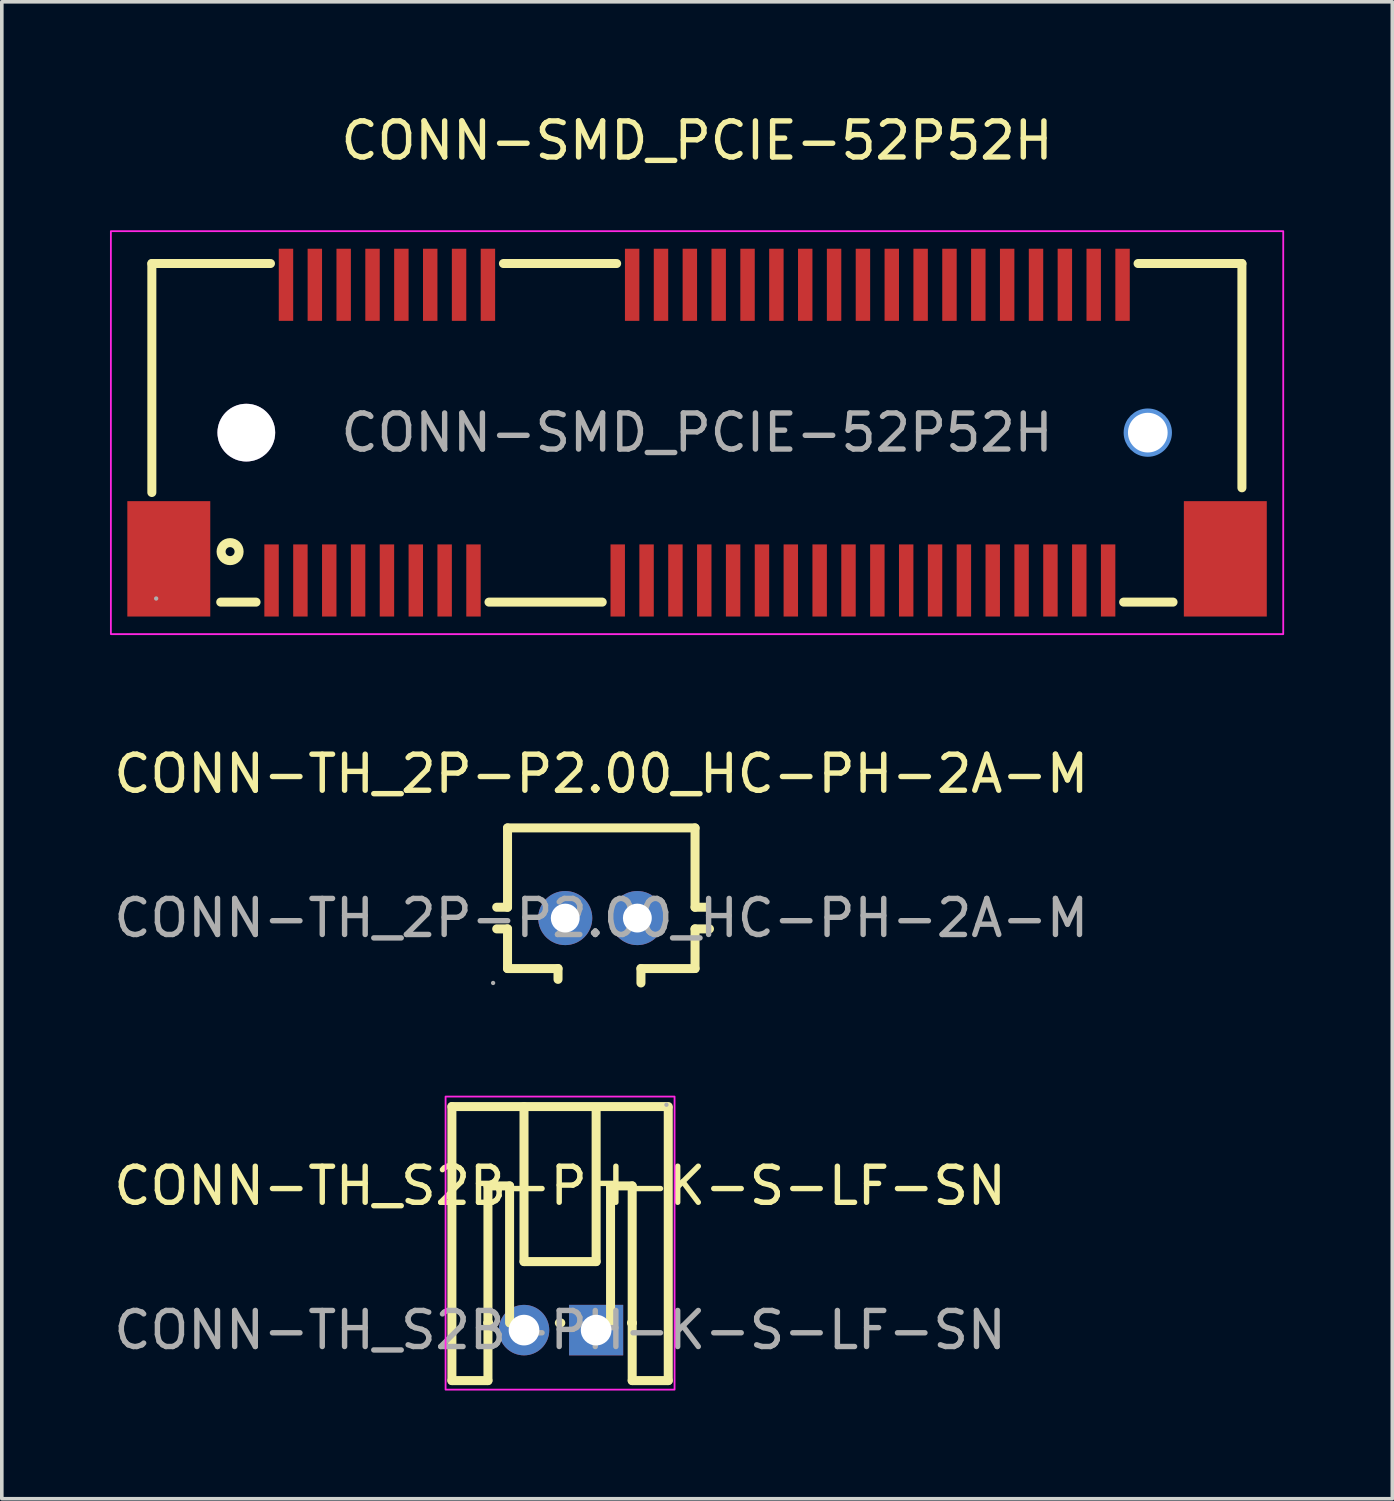
<source format=kicad_pcb>
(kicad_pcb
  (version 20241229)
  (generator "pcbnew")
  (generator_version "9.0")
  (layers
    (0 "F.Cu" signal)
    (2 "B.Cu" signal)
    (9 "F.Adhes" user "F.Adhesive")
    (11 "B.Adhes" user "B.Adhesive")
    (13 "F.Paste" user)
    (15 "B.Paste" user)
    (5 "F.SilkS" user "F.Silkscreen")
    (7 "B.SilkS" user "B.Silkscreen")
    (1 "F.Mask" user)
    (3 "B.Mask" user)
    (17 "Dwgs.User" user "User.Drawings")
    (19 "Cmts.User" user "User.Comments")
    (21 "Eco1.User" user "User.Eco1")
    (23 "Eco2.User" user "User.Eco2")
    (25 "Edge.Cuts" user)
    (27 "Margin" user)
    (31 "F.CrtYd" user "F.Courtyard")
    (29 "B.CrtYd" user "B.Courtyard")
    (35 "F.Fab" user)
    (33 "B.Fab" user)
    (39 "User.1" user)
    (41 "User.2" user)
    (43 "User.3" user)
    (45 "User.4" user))
  (footprint "CONN-TH_S2B-PH-K-S-LF-SN"
    (layer "F.Cu")
    (at 12.482 33.837)
    (property "Reference" "CONN-TH_S2B-PH-K-S-LF-SN" (at 0 -4 0) (layer "F.SilkS") (effects (font (size 1 1) (thickness 0.15))))
    (attr through_hole)
    (fp_line (start -3 -6.2) (end -3 1.4) (stroke (width 0.25) (type solid)) (layer "F.SilkS"))
    (fp_line (start -3 -6.2) (end 3 -6.2) (stroke (width 0.25) (type solid)) (layer "F.SilkS"))
    (fp_line (start -3 1.4) (end -2 1.4) (stroke (width 0.25) (type solid)) (layer "F.SilkS"))
    (fp_line (start -2 -4) (end -1.4 -4) (stroke (width 0.25) (type solid)) (layer "F.SilkS"))
    (fp_line (start -2 -0.2) (end -2 -4) (stroke (width 0.25) (type solid)) (layer "F.SilkS"))
    (fp_line (start -2 -0.2) (end -1.98 -0.2) (stroke (width 0.25) (type solid)) (layer "F.SilkS"))
    (fp_line (start -2 1.4) (end -2 -0.2) (stroke (width 0.25) (type solid)) (layer "F.SilkS"))
    (fp_line (start -1.4 -4) (end -1.4 -0.2) (stroke (width 0.25) (type solid)) (layer "F.SilkS"))
    (fp_line (start -1 -6.2) (end -1 -1.9) (stroke (width 0.25) (type solid)) (layer "F.SilkS"))
    (fp_line (start -1 -1.9) (end 1 -1.9) (stroke (width 0.25) (type solid)) (layer "F.SilkS"))
    (fp_line (start -0.02 -0.2) (end 0.02 -0.2) (stroke (width 0.25) (type solid)) (layer "F.SilkS"))
    (fp_line (start 1 -1.9) (end 1 -6.1) (stroke (width 0.25) (type solid)) (layer "F.SilkS"))
    (fp_line (start 1.4 -4) (end 2 -4) (stroke (width 0.25) (type solid)) (layer "F.SilkS"))
    (fp_line (start 1.4 -0.2) (end 1.4 -4) (stroke (width 0.25) (type solid)) (layer "F.SilkS"))
    (fp_line (start 1.98 -0.2) (end 2 -0.2) (stroke (width 0.25) (type solid)) (layer "F.SilkS"))
    (fp_line (start 2 -4) (end 2 -0.2) (stroke (width 0.25) (type solid)) (layer "F.SilkS"))
    (fp_line (start 2 1.4) (end 2 -0.2) (stroke (width 0.25) (type solid)) (layer "F.SilkS"))
    (fp_line (start 3 1.4) (end 2 1.4) (stroke (width 0.25) (type solid)) (layer "F.SilkS"))
    (fp_line (start 3 1.4) (end 3 -6.16) (stroke (width 0.25) (type solid)) (layer "F.SilkS"))
    (fp_rect (start -3.175 -6.477) (end 3.175 1.651) (stroke (width 0.05) (type default)) (fill no) (layer "F.CrtYd"))
    (fp_circle (center 2.95 -6.25) (end 2.98 -6.25) (stroke (width 0.06) (type solid)) (fill no) (layer "F.Fab"))
    (fp_text user "${REFERENCE}" (at 0 0 0) (layer "F.Fab") (effects (font (size 1 1) (thickness 0.15))))
    (pad "1" thru_hole rect (at 1 0) (size 1.5 1.4) (drill 0.85) (layers "*.Cu" "*.Mask"))
    (pad "2" thru_hole circle (at -1 0) (size 1.4 1.4) (drill 0.85) (layers "*.Cu" "*.Mask")))
  (footprint "CONN-TH_2P-P2.00_HC-PH-2A-M"
    (layer "F.Cu")
    (at 13.625 22.41)
    (property "Reference" "CONN-TH_2P-P2.00_HC-PH-2A-M" (at 0 -4 0) (layer "F.SilkS") (effects (font (size 1 1) (thickness 0.15))))
    (attr through_hole)
    (fp_line (start -2.9 -0.3) (end -2.6 -0.3) (stroke (width 0.25) (type solid)) (layer "F.SilkS"))
    (fp_line (start -2.9 0.3) (end -2.6 0.3) (stroke (width 0.25) (type solid)) (layer "F.SilkS"))
    (fp_line (start -2.6 -2.5) (end 2.6 -2.5) (stroke (width 0.25) (type solid)) (layer "F.SilkS"))
    (fp_line (start -2.6 -0.3) (end -2.6 -2.5) (stroke (width 0.25) (type solid)) (layer "F.SilkS"))
    (fp_line (start -2.6 0.3) (end -2.6 1.4) (stroke (width 0.25) (type solid)) (layer "F.SilkS"))
    (fp_line (start -2.6 1.4) (end -1.2 1.4) (stroke (width 0.25) (type solid)) (layer "F.SilkS"))
    (fp_line (start -1.2 1.4) (end -1.2 1.7) (stroke (width 0.25) (type solid)) (layer "F.SilkS"))
    (fp_line (start 1.1 1.4) (end 1.1 1.8) (stroke (width 0.25) (type solid)) (layer "F.SilkS"))
    (fp_line (start 2.6 -2.5) (end 2.6 -0.3) (stroke (width 0.25) (type solid)) (layer "F.SilkS"))
    (fp_line (start 2.6 -0.3) (end 2.9 -0.3) (stroke (width 0.25) (type solid)) (layer "F.SilkS"))
    (fp_line (start 2.6 0.3) (end 2.6 1.4) (stroke (width 0.25) (type solid)) (layer "F.SilkS"))
    (fp_line (start 2.6 1.4) (end 1.1 1.4) (stroke (width 0.25) (type solid)) (layer "F.SilkS"))
    (fp_line (start 3 0.3) (end 2.6 0.3) (stroke (width 0.25) (type solid)) (layer "F.SilkS"))
    (fp_circle (center -3 1.8) (end -2.97 1.8) (stroke (width 0.06) (type solid)) (fill no) (layer "F.Fab"))
    (fp_text user "${REFERENCE}" (at 0 0 0) (layer "F.Fab") (effects (font (size 1 1) (thickness 0.15))))
    (pad "1" thru_hole circle (at -1 0) (size 1.5 1.5) (drill 0.8) (layers "*.Cu" "*.Mask"))
    (pad "2" thru_hole circle (at 1 0) (size 1.5 1.5) (drill 0.8) (layers "*.Cu" "*.Mask")))
  (footprint "CONN-SMD_PCIE-52P52H"
    (layer "F.Cu")
    (at 16.281 8.948)
    (property "Reference" "CONN-SMD_PCIE-52P52H" (at 0 -8.1 0) (layer "F.SilkS") (effects (font (size 1 1) (thickness 0.15))))
    (attr smd)
    (fp_line (start -15.12 -4.69) (end -15.12 1.66) (stroke (width 0.25) (type solid)) (layer "F.SilkS"))
    (fp_line (start -15.12 -4.69) (end -11.83 -4.69) (stroke (width 0.25) (type solid)) (layer "F.SilkS"))
    (fp_line (start -13.21 4.7) (end -12.23 4.7) (stroke (width 0.25) (type solid)) (layer "F.SilkS"))
    (fp_line (start -5.77 4.7) (end -2.63 4.7) (stroke (width 0.25) (type solid)) (layer "F.SilkS"))
    (fp_line (start -5.37 -4.69) (end -2.23 -4.69) (stroke (width 0.25) (type solid)) (layer "F.SilkS"))
    (fp_line (start 11.83 4.7) (end 13.2 4.7) (stroke (width 0.25) (type solid)) (layer "F.SilkS"))
    (fp_line (start 12.23 -4.69) (end 15.11 -4.69) (stroke (width 0.25) (type solid)) (layer "F.SilkS"))
    (fp_line (start 15.11 -4.69) (end 15.11 1.53) (stroke (width 0.25) (type solid)) (layer "F.SilkS"))
    (fp_circle (center -12.95 3.3) (end -12.7 3.3) (stroke (width 0.25) (type solid)) (fill no) (layer "F.SilkS"))
    (fp_circle (center -12.5 0) (end -12.15 0) (stroke (width 0.7) (type solid)) (fill no) (layer "Cmts.User"))
    (fp_circle (center 12.5 0) (end 12.72 0) (stroke (width 0.45) (type solid)) (fill no) (layer "Cmts.User"))
    (fp_rect (start -16.256 -5.588) (end 16.256 5.588) (stroke (width 0.05) (type default)) (fill no) (layer "F.CrtYd"))
    (fp_circle (center -15 4.6) (end -14.97 4.6) (stroke (width 0.06) (type solid)) (fill no) (layer "F.Fab"))
    (fp_text user "${REFERENCE}" (at 0 0 0) (layer "F.Fab") (effects (font (size 1 1) (thickness 0.15))))
    (pad "" thru_hole circle (at -12.5 0) (size 1.6 1.6) (drill 1.6) (layers "*.Cu" "*.Mask"))
    (pad "" thru_hole circle (at 12.5 0) (size 1.1 1.1) (drill 1.1) (layers "*.Cu" "*.Mask"))
    (pad "1" smd rect (at -11.8 4.1) (size 0.4 2) (layers "F.Cu" "F.Mask" "F.Paste"))
    (pad "2" smd rect (at -11.4 -4.1) (size 0.4 2) (layers "F.Cu" "F.Mask" "F.Paste"))
    (pad "3" smd rect (at -11 4.1) (size 0.4 2) (layers "F.Cu" "F.Mask" "F.Paste"))
    (pad "4" smd rect (at -10.6 -4.1) (size 0.4 2) (layers "F.Cu" "F.Mask" "F.Paste"))
    (pad "5" smd rect (at -10.2 4.1) (size 0.4 2) (layers "F.Cu" "F.Mask" "F.Paste"))
    (pad "6" smd rect (at -9.8 -4.1) (size 0.4 2) (layers "F.Cu" "F.Mask" "F.Paste"))
    (pad "7" smd rect (at -9.4 4.1) (size 0.4 2) (layers "F.Cu" "F.Mask" "F.Paste"))
    (pad "8" smd rect (at -9 -4.1) (size 0.4 2) (layers "F.Cu" "F.Mask" "F.Paste"))
    (pad "9" smd rect (at -8.6 4.1) (size 0.4 2) (layers "F.Cu" "F.Mask" "F.Paste"))
    (pad "10" smd rect (at -8.2 -4.1) (size 0.4 2) (layers "F.Cu" "F.Mask" "F.Paste"))
    (pad "11" smd rect (at -7.8 4.1) (size 0.4 2) (layers "F.Cu" "F.Mask" "F.Paste"))
    (pad "12" smd rect (at -7.4 -4.1) (size 0.4 2) (layers "F.Cu" "F.Mask" "F.Paste"))
    (pad "13" smd rect (at -7 4.1) (size 0.4 2) (layers "F.Cu" "F.Mask" "F.Paste"))
    (pad "14" smd rect (at -6.6 -4.1) (size 0.4 2) (layers "F.Cu" "F.Mask" "F.Paste"))
    (pad "15" smd rect (at -6.2 4.1) (size 0.4 2) (layers "F.Cu" "F.Mask" "F.Paste"))
    (pad "16" smd rect (at -5.8 -4.1) (size 0.4 2) (layers "F.Cu" "F.Mask" "F.Paste"))
    (pad "17" smd rect (at -2.2 4.1) (size 0.4 2) (layers "F.Cu" "F.Mask" "F.Paste"))
    (pad "18" smd rect (at -1.8 -4.1) (size 0.4 2) (layers "F.Cu" "F.Mask" "F.Paste"))
    (pad "19" smd rect (at -1.4 4.1) (size 0.4 2) (layers "F.Cu" "F.Mask" "F.Paste"))
    (pad "20" smd rect (at -1 -4.1) (size 0.4 2) (layers "F.Cu" "F.Mask" "F.Paste"))
    (pad "21" smd rect (at -0.6 4.1) (size 0.4 2) (layers "F.Cu" "F.Mask" "F.Paste"))
    (pad "22" smd rect (at -0.2 -4.1) (size 0.4 2) (layers "F.Cu" "F.Mask" "F.Paste"))
    (pad "23" smd rect (at 0.2 4.1) (size 0.4 2) (layers "F.Cu" "F.Mask" "F.Paste"))
    (pad "24" smd rect (at 0.6 -4.1) (size 0.4 2) (layers "F.Cu" "F.Mask" "F.Paste"))
    (pad "25" smd rect (at 1 4.1) (size 0.4 2) (layers "F.Cu" "F.Mask" "F.Paste"))
    (pad "26" smd rect (at 1.4 -4.1) (size 0.4 2) (layers "F.Cu" "F.Mask" "F.Paste"))
    (pad "27" smd rect (at 1.8 4.1) (size 0.4 2) (layers "F.Cu" "F.Mask" "F.Paste"))
    (pad "28" smd rect (at 2.2 -4.1) (size 0.4 2) (layers "F.Cu" "F.Mask" "F.Paste"))
    (pad "29" smd rect (at 2.6 4.1) (size 0.4 2) (layers "F.Cu" "F.Mask" "F.Paste"))
    (pad "30" smd rect (at 3 -4.1) (size 0.4 2) (layers "F.Cu" "F.Mask" "F.Paste"))
    (pad "31" smd rect (at 3.4 4.1) (size 0.4 2) (layers "F.Cu" "F.Mask" "F.Paste"))
    (pad "32" smd rect (at 3.8 -4.1) (size 0.4 2) (layers "F.Cu" "F.Mask" "F.Paste"))
    (pad "33" smd rect (at 4.2 4.1) (size 0.4 2) (layers "F.Cu" "F.Mask" "F.Paste"))
    (pad "34" smd rect (at 4.6 -4.1) (size 0.4 2) (layers "F.Cu" "F.Mask" "F.Paste"))
    (pad "35" smd rect (at 5 4.1) (size 0.4 2) (layers "F.Cu" "F.Mask" "F.Paste"))
    (pad "36" smd rect (at 5.4 -4.1) (size 0.4 2) (layers "F.Cu" "F.Mask" "F.Paste"))
    (pad "37" smd rect (at 5.8 4.1) (size 0.4 2) (layers "F.Cu" "F.Mask" "F.Paste"))
    (pad "38" smd rect (at 6.2 -4.1) (size 0.4 2) (layers "F.Cu" "F.Mask" "F.Paste"))
    (pad "39" smd rect (at 6.6 4.1) (size 0.4 2) (layers "F.Cu" "F.Mask" "F.Paste"))
    (pad "40" smd rect (at 7 -4.1) (size 0.4 2) (layers "F.Cu" "F.Mask" "F.Paste"))
    (pad "41" smd rect (at 7.4 4.1) (size 0.4 2) (layers "F.Cu" "F.Mask" "F.Paste"))
    (pad "42" smd rect (at 7.8 -4.1) (size 0.4 2) (layers "F.Cu" "F.Mask" "F.Paste"))
    (pad "43" smd rect (at 8.2 4.1) (size 0.4 2) (layers "F.Cu" "F.Mask" "F.Paste"))
    (pad "44" smd rect (at 8.6 -4.1) (size 0.4 2) (layers "F.Cu" "F.Mask" "F.Paste"))
    (pad "45" smd rect (at 9 4.1) (size 0.4 2) (layers "F.Cu" "F.Mask" "F.Paste"))
    (pad "46" smd rect (at 9.4 -4.1) (size 0.4 2) (layers "F.Cu" "F.Mask" "F.Paste"))
    (pad "47" smd rect (at 9.8 4.1) (size 0.4 2) (layers "F.Cu" "F.Mask" "F.Paste"))
    (pad "48" smd rect (at 10.2 -4.1) (size 0.4 2) (layers "F.Cu" "F.Mask" "F.Paste"))
    (pad "49" smd rect (at 10.6 4.1) (size 0.4 2) (layers "F.Cu" "F.Mask" "F.Paste"))
    (pad "50" smd rect (at 11 -4.1) (size 0.4 2) (layers "F.Cu" "F.Mask" "F.Paste"))
    (pad "51" smd rect (at 11.4 4.1) (size 0.4 2) (layers "F.Cu" "F.Mask" "F.Paste"))
    (pad "52" smd rect (at 11.8 -4.1) (size 0.4 2) (layers "F.Cu" "F.Mask" "F.Paste"))
    (pad "53" smd rect (at 14.65 3.5) (size 2.3 3.2) (layers "F.Cu" "F.Mask" "F.Paste"))
    (pad "54" smd rect (at -14.65 3.5) (size 2.3 3.2) (layers "F.Cu" "F.Mask" "F.Paste")))
  (gr_rect
    (start -3 -3)
    (end 35.562 38.513)
    (stroke (width 0.1) (type default))
    (fill no)
    (layer "Edge.Cuts")))
</source>
